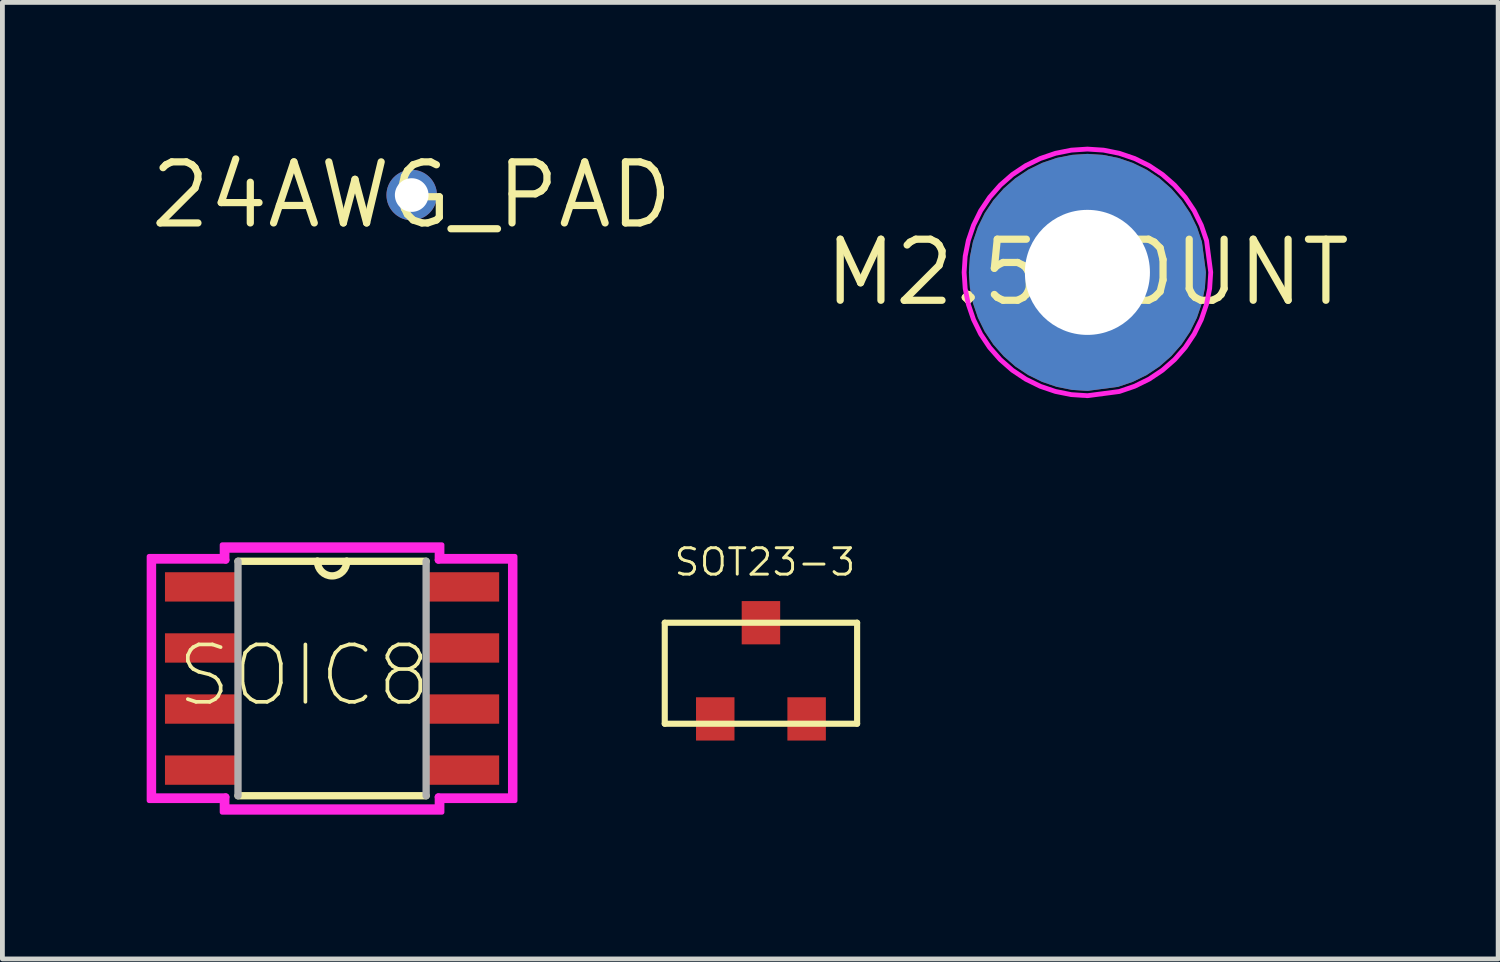
<source format=kicad_pcb>
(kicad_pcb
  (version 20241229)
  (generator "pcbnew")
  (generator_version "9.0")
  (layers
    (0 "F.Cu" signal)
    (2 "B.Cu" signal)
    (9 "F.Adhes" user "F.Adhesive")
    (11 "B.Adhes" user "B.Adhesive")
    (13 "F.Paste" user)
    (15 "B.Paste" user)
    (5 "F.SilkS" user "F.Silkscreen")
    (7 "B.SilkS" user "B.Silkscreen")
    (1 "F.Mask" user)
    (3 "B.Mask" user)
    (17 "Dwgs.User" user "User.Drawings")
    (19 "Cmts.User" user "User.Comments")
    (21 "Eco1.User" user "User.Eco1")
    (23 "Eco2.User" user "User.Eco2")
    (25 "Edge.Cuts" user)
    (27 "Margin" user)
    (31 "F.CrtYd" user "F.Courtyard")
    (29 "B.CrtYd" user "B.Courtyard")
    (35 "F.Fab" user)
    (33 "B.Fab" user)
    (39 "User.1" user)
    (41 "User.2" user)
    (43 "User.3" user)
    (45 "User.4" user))
  (footprint "24AWG_PAD"
    (layer "F.Cu")
    (at 5.511 1.006)
    (property "Reference" "24AWG_PAD" (at 0 0 0) (layer "F.SilkS") (effects (font (size 1.27 1.27) (thickness 0.15))))
    (pad "P$1" thru_hole circle (at 0 0) (size 1.05 1.05) (drill 0.7) (layers "*.Cu" "*.Mask")))
  (footprint "SOIC8"
    (layer "F.Cu")
    (at 3.855 11.059)
    (property "Reference" "SOIC8" (at -3.277 0.635 0) (layer "F.SilkS") (effects (font (size 1.194 1.194) (thickness 0.076)) (justify left bottom)))
    (fp_line (start -1.956 2.438) (end 1.956 2.438) (stroke (width 0.152) (type solid)) (layer "F.SilkS"))
    (fp_line (start -0.305 -2.438) (end -1.956 -2.438) (stroke (width 0.152) (type solid)) (layer "F.SilkS"))
    (fp_line (start 0.305 -2.438) (end -0.305 -2.438) (stroke (width 0.152) (type solid)) (layer "F.SilkS"))
    (fp_line (start 1.956 -2.438) (end 0.305 -2.438) (stroke (width 0.152) (type solid)) (layer "F.SilkS"))
    (fp_arc (start 0.3048 -2.4384) (mid 0 -2.1336) (end -0.3048 -2.4384) (stroke (width 0.1524) (type solid)) (layer "F.SilkS"))
    (fp_line (start -3.734 -2.464) (end -2.21 -2.464) (stroke (width 0.152) (type solid)) (layer "F.CrtYd"))
    (fp_line (start -3.734 2.464) (end -3.734 -2.464) (stroke (width 0.152) (type solid)) (layer "F.CrtYd"))
    (fp_line (start -3.734 2.464) (end -2.21 2.464) (stroke (width 0.152) (type solid)) (layer "F.CrtYd"))
    (fp_line (start -2.21 -2.692) (end 2.21 -2.692) (stroke (width 0.152) (type solid)) (layer "F.CrtYd"))
    (fp_line (start -2.21 -2.464) (end -2.21 -2.692) (stroke (width 0.152) (type solid)) (layer "F.CrtYd"))
    (fp_line (start -2.21 2.692) (end -2.21 2.464) (stroke (width 0.152) (type solid)) (layer "F.CrtYd"))
    (fp_line (start 2.21 -2.692) (end 2.21 -2.464) (stroke (width 0.152) (type solid)) (layer "F.CrtYd"))
    (fp_line (start 2.21 2.464) (end 2.21 2.692) (stroke (width 0.152) (type solid)) (layer "F.CrtYd"))
    (fp_line (start 2.21 2.692) (end -2.21 2.692) (stroke (width 0.152) (type solid)) (layer "F.CrtYd"))
    (fp_line (start 3.734 -2.464) (end 2.21 -2.464) (stroke (width 0.152) (type solid)) (layer "F.CrtYd"))
    (fp_line (start 3.734 -2.464) (end 3.734 2.464) (stroke (width 0.152) (type solid)) (layer "F.CrtYd"))
    (fp_line (start 3.734 2.464) (end 2.21 2.464) (stroke (width 0.152) (type solid)) (layer "F.CrtYd"))
    (fp_poly (pts (xy 2.286 -2.54) (xy 3.805 -2.54) (xy 3.805 2.54) (xy 2.286 2.54) (xy 2.286 2.781) (xy -2.286 2.781) (xy -2.286 2.54) (xy -3.805 2.54) (xy -3.805 -2.54) (xy -2.286 -2.54) (xy -2.286 -2.781) (xy 2.286 -2.781)) (stroke (width 0.1) (type default)) (fill no) (layer "F.CrtYd"))
    (fp_line (start -1.956 -2.438) (end -1.956 2.438) (stroke (width 0.152) (type solid)) (layer "F.Fab"))
    (fp_line (start 1.956 2.438) (end 1.956 -2.438) (stroke (width 0.152) (type solid)) (layer "F.Fab"))
    (fp_line (start -0.254 0) (end 0.254 0) (stroke (width 0.152) (type solid)) (layer "User.1"))
    (fp_line (start 0 0.254) (end 0 -0.254) (stroke (width 0.152) (type solid)) (layer "User.1"))
    (pad "1" smd rect (at -2.7 -1.905) (size 1.549 0.61) (layers "F.Cu" "F.Mask" "F.Paste"))
    (pad "2" smd rect (at -2.7 -0.635) (size 1.549 0.61) (layers "F.Cu" "F.Mask" "F.Paste"))
    (pad "3" smd rect (at -2.7 0.635) (size 1.549 0.61) (layers "F.Cu" "F.Mask" "F.Paste"))
    (pad "4" smd rect (at -2.7 1.905) (size 1.549 0.61) (layers "F.Cu" "F.Mask" "F.Paste"))
    (pad "5" smd rect (at 2.7 1.905) (size 1.549 0.61) (layers "F.Cu" "F.Mask" "F.Paste"))
    (pad "6" smd rect (at 2.7 0.635) (size 1.549 0.61) (layers "F.Cu" "F.Mask" "F.Paste"))
    (pad "7" smd rect (at 2.7 -0.635) (size 1.549 0.61) (layers "F.Cu" "F.Mask" "F.Paste"))
    (pad "8" smd rect (at 2.7 -1.905) (size 1.549 0.61) (layers "F.Cu" "F.Mask" "F.Paste")))
  (footprint "M2.5MOUNT"
    (layer "F.Cu")
    (at 19.562 2.614)
    (property "Reference" "M2.5MOUNT" (at 0 0 0) (layer "F.SilkS") (effects (font (size 1.27 1.27) (thickness 0.15))))
    (fp_poly (pts (xy 0.322 -2.443) (xy 0.638 -2.38) (xy 0.943 -2.276) (xy 1.232 -2.134) (xy 1.5 -1.955) (xy 1.742 -1.742) (xy 1.955 -1.5) (xy 2.134 -1.232) (xy 2.276 -0.943) (xy 2.38 -0.636) (xy 2.464 -0.002) (xy 2.443 0.322) (xy 2.38 0.638) (xy 2.276 0.943) (xy 2.134 1.232) (xy 1.955 1.5) (xy 1.742 1.742) (xy 1.5 1.955) (xy 1.232 2.134) (xy 0.943 2.276) (xy 0.636 2.38) (xy 0.002 2.464) (xy -0.322 2.443) (xy -0.638 2.38) (xy -0.943 2.276) (xy -1.232 2.134) (xy -1.5 1.955) (xy -1.742 1.742) (xy -1.955 1.5) (xy -2.134 1.232) (xy -2.276 0.943) (xy -2.38 0.638) (xy -2.443 0.322) (xy -2.464 0) (xy -2.443 -0.322) (xy -2.38 -0.638) (xy -2.276 -0.943) (xy -2.134 -1.232) (xy -1.955 -1.5) (xy -1.742 -1.742) (xy -1.5 -1.955) (xy -1.232 -2.134) (xy -0.943 -2.276) (xy -0.638 -2.38) (xy -0.322 -2.443) (xy 0 -2.464)) (stroke (width 0) (type default)) (fill yes) (layer "F.Cu"))
    (fp_poly (pts (xy 0.322 -2.443) (xy 0.638 -2.38) (xy 0.943 -2.276) (xy 1.232 -2.134) (xy 1.5 -1.955) (xy 1.742 -1.742) (xy 1.955 -1.5) (xy 2.134 -1.232) (xy 2.276 -0.943) (xy 2.38 -0.636) (xy 2.464 -0.002) (xy 2.443 0.322) (xy 2.38 0.638) (xy 2.276 0.943) (xy 2.134 1.232) (xy 1.955 1.5) (xy 1.742 1.742) (xy 1.5 1.955) (xy 1.232 2.134) (xy 0.943 2.276) (xy 0.636 2.38) (xy 0.002 2.464) (xy -0.322 2.443) (xy -0.638 2.38) (xy -0.943 2.276) (xy -1.232 2.134) (xy -1.5 1.955) (xy -1.742 1.742) (xy -1.955 1.5) (xy -2.134 1.232) (xy -2.276 0.943) (xy -2.38 0.638) (xy -2.443 0.322) (xy -2.464 0) (xy -2.443 -0.322) (xy -2.38 -0.638) (xy -2.276 -0.943) (xy -2.134 -1.232) (xy -1.955 -1.5) (xy -1.742 -1.742) (xy -1.5 -1.955) (xy -1.232 -2.134) (xy -0.943 -2.276) (xy -0.638 -2.38) (xy -0.322 -2.443) (xy 0 -2.464)) (stroke (width 0) (type default)) (fill yes) (layer "F.Mask"))
    (fp_poly (pts (xy 0.322 -2.443) (xy 0.638 -2.38) (xy 0.943 -2.276) (xy 1.232 -2.134) (xy 1.5 -1.955) (xy 1.742 -1.742) (xy 1.955 -1.5) (xy 2.134 -1.232) (xy 2.276 -0.943) (xy 2.38 -0.636) (xy 2.464 -0.002) (xy 2.443 0.322) (xy 2.38 0.638) (xy 2.276 0.943) (xy 2.134 1.232) (xy 1.955 1.5) (xy 1.742 1.742) (xy 1.5 1.955) (xy 1.232 2.134) (xy 0.943 2.276) (xy 0.636 2.38) (xy 0.002 2.464) (xy -0.322 2.443) (xy -0.638 2.38) (xy -0.943 2.276) (xy -1.232 2.134) (xy -1.5 1.955) (xy -1.742 1.742) (xy -1.955 1.5) (xy -2.134 1.232) (xy -2.276 0.943) (xy -2.38 0.638) (xy -2.443 0.322) (xy -2.464 0) (xy -2.443 -0.322) (xy -2.38 -0.638) (xy -2.276 -0.943) (xy -2.134 -1.232) (xy -1.955 -1.5) (xy -1.742 -1.742) (xy -1.5 -1.955) (xy -1.232 -2.134) (xy -0.943 -2.276) (xy -0.638 -2.38) (xy -0.322 -2.443) (xy 0 -2.464)) (stroke (width 0) (type default)) (fill yes) (layer "B.Cu"))
    (fp_poly (pts (xy 0.322 -2.443) (xy 0.638 -2.38) (xy 0.943 -2.276) (xy 1.232 -2.134) (xy 1.5 -1.955) (xy 1.742 -1.742) (xy 1.955 -1.5) (xy 2.134 -1.232) (xy 2.276 -0.943) (xy 2.38 -0.636) (xy 2.464 -0.002) (xy 2.443 0.322) (xy 2.38 0.638) (xy 2.276 0.943) (xy 2.134 1.232) (xy 1.955 1.5) (xy 1.742 1.742) (xy 1.5 1.955) (xy 1.232 2.134) (xy 0.943 2.276) (xy 0.636 2.38) (xy 0.002 2.464) (xy -0.322 2.443) (xy -0.638 2.38) (xy -0.943 2.276) (xy -1.232 2.134) (xy -1.5 1.955) (xy -1.742 1.742) (xy -1.955 1.5) (xy -2.134 1.232) (xy -2.276 0.943) (xy -2.38 0.638) (xy -2.443 0.322) (xy -2.464 0) (xy -2.443 -0.322) (xy -2.38 -0.638) (xy -2.276 -0.943) (xy -2.134 -1.232) (xy -1.955 -1.5) (xy -1.742 -1.742) (xy -1.5 -1.955) (xy -1.232 -2.134) (xy -0.943 -2.276) (xy -0.638 -2.38) (xy -0.322 -2.443) (xy 0 -2.464)) (stroke (width 0) (type default)) (fill yes) (layer "B.Mask"))
    (fp_poly (pts (xy 0.335 -2.542) (xy 0.664 -2.476) (xy 0.981 -2.368) (xy 1.282 -2.22) (xy 1.561 -2.034) (xy 1.813 -1.813) (xy 2.034 -1.561) (xy 2.22 -1.282) (xy 2.368 -0.981) (xy 2.477 -0.662) (xy 2.564 -0.002) (xy 2.542 0.335) (xy 2.476 0.664) (xy 2.368 0.981) (xy 2.22 1.282) (xy 2.034 1.561) (xy 1.813 1.813) (xy 1.561 2.034) (xy 1.282 2.22) (xy 0.981 2.368) (xy 0.662 2.477) (xy 0.002 2.564) (xy -0.335 2.542) (xy -0.664 2.476) (xy -0.981 2.368) (xy -1.282 2.22) (xy -1.561 2.034) (xy -1.813 1.813) (xy -2.034 1.561) (xy -2.22 1.282) (xy -2.368 0.981) (xy -2.476 0.664) (xy -2.542 0.335) (xy -2.564 0) (xy -2.542 -0.335) (xy -2.476 -0.664) (xy -2.368 -0.981) (xy -2.22 -1.282) (xy -2.034 -1.561) (xy -1.813 -1.813) (xy -1.561 -2.034) (xy -1.282 -2.22) (xy -0.981 -2.368) (xy -0.664 -2.476) (xy -0.335 -2.542) (xy 0 -2.564)) (stroke (width 0.1) (type default)) (fill no) (layer "F.CrtYd"))
    (pad "P$1" thru_hole circle (at 0 0) (size 3.616 3.616) (drill 2.6) (layers "*.Cu" "*.Mask")))
  (footprint "SOT23-3"
    (layer "F.Cu")
    (at 12.773 10.899)
    (property "Reference" "SOT23-3" (at -1.84 -1.94 0) (layer "F.SilkS") (effects (font (size 0.549 0.549) (thickness 0.061)) (justify left bottom)))
    (fp_line (start -2 -1) (end 2 -1) (stroke (width 0.127) (type solid)) (layer "F.SilkS"))
    (fp_line (start -2 1.1) (end -2 -1) (stroke (width 0.127) (type solid)) (layer "F.SilkS"))
    (fp_line (start 2 -1) (end 2 1.1) (stroke (width 0.127) (type solid)) (layer "F.SilkS"))
    (fp_line (start 2 1.1) (end -2 1.1) (stroke (width 0.127) (type solid)) (layer "F.SilkS"))
    (pad "1" smd rect (at -0.95 1 90) (size 0.9 0.8) (layers "F.Cu" "F.Mask" "F.Paste"))
    (pad "2" smd rect (at 0.95 1 90) (size 0.9 0.8) (layers "F.Cu" "F.Mask" "F.Paste"))
    (pad "3" smd rect (at 0 -1 90) (size 0.9 0.8) (layers "F.Cu" "F.Mask" "F.Paste")))
  (gr_rect
    (start -3 -3)
    (end 28.103 16.89)
    (stroke (width 0.1) (type default))
    (fill no)
    (layer "Edge.Cuts")))
</source>
